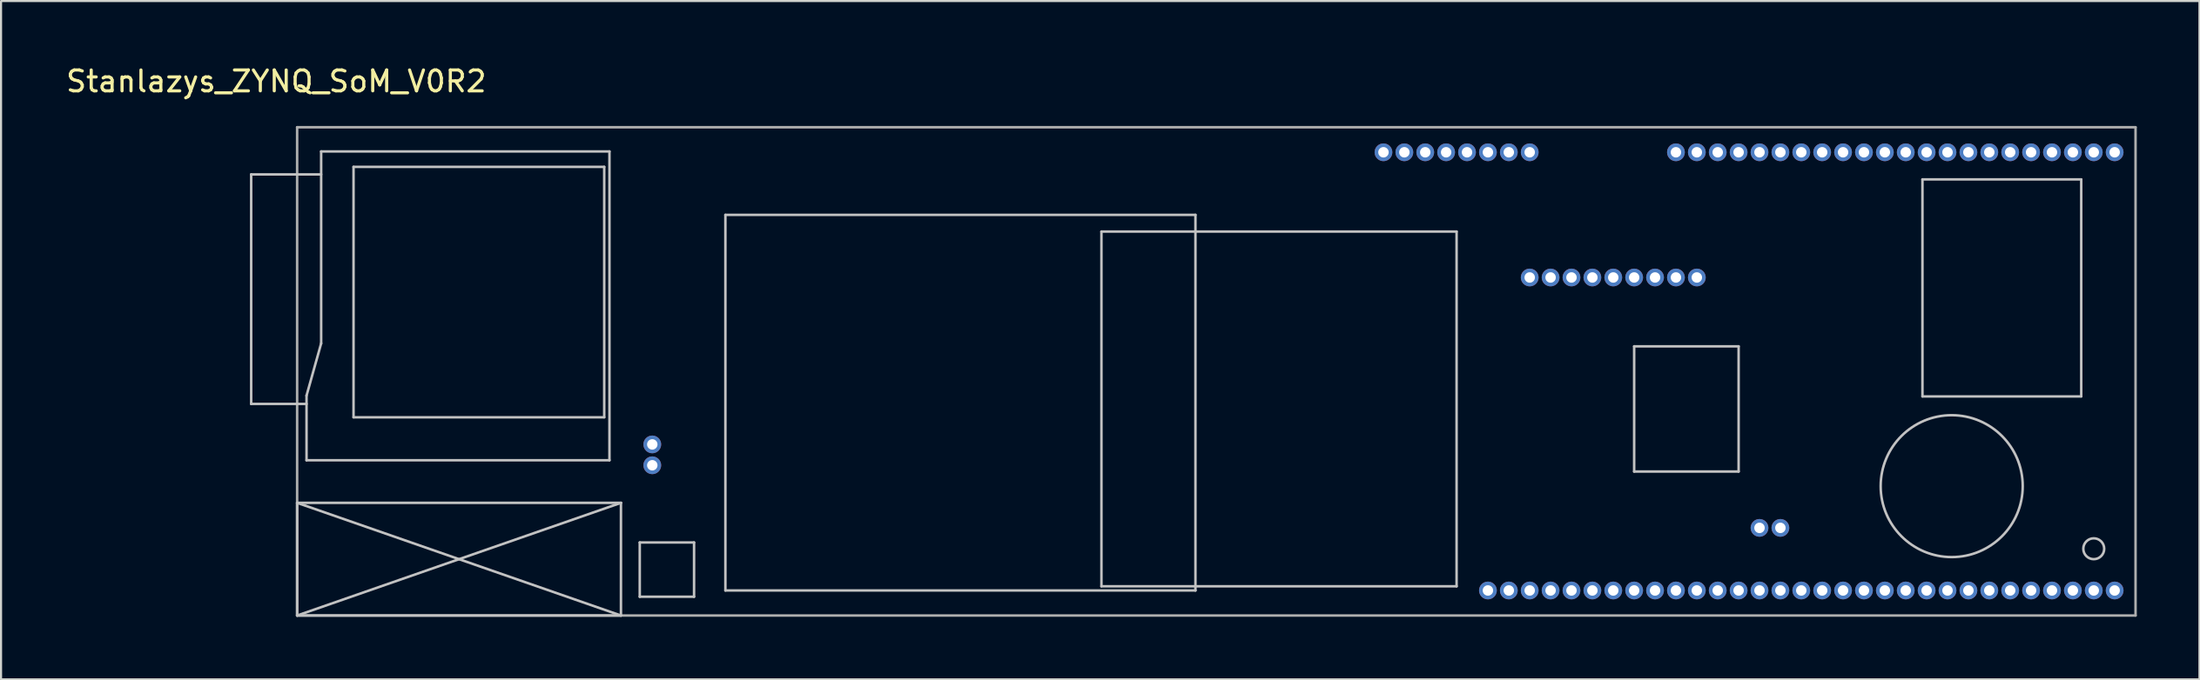
<source format=kicad_pcb>
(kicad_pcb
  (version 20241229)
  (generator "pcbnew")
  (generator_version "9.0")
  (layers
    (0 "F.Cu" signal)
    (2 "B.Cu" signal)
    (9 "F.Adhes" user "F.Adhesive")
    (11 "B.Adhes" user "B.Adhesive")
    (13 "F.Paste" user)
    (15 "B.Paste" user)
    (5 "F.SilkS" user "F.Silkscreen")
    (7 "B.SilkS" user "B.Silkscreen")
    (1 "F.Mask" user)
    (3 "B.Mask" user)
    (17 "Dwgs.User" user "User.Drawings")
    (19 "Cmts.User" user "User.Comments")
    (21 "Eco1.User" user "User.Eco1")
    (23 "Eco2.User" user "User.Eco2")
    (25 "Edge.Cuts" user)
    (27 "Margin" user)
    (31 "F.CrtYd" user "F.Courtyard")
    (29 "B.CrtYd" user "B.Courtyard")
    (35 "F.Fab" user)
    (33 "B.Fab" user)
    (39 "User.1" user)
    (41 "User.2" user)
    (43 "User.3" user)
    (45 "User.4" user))
  (footprint "Stanlazys_ZYNQ_SoM_V0R2"
    (layer "F.Cu")
    (at 11.173 3.248)
    (property "Reference" "Stanlazys_ZYNQ_SoM_V0R2" (at -1 -2.4 0) (layer "F.SilkS") (effects (font (size 1 1) (thickness 0.15))))
    (attr through_hole exclude_from_pos_files)
    (fp_line (start -2.2 2.06) (end -2.2 13.06) (stroke (width 0.12) (type solid)) (layer "Dwgs.User"))
    (fp_line (start -2.2 13.06) (end 0.45 13.06) (stroke (width 0.12) (type solid)) (layer "Dwgs.User"))
    (fp_line (start 0 17.8) (end 0 23.2) (stroke (width 0.12) (type solid)) (layer "Dwgs.User"))
    (fp_line (start 0 17.8) (end 15.5 17.8) (stroke (width 0.12) (type solid)) (layer "Dwgs.User"))
    (fp_line (start 0 23.2) (end 15.5 17.8) (stroke (width 0.12) (type solid)) (layer "Dwgs.User"))
    (fp_line (start 0 23.2) (end 15.5 23.2) (stroke (width 0.12) (type solid)) (layer "Dwgs.User"))
    (fp_line (start 0.45 15.76) (end 0.45 12.66) (stroke (width 0.12) (type solid)) (layer "Dwgs.User"))
    (fp_line (start 1.15 0.96) (end 1.15 10.16) (stroke (width 0.12) (type solid)) (layer "Dwgs.User"))
    (fp_line (start 1.15 2.06) (end -2.2 2.06) (stroke (width 0.12) (type solid)) (layer "Dwgs.User"))
    (fp_line (start 1.15 10.16) (end 0.45 12.66) (stroke (width 0.12) (type solid)) (layer "Dwgs.User"))
    (fp_line (start 2.7 1.7) (end 14.7 1.7) (stroke (width 0.12) (type solid)) (layer "Dwgs.User"))
    (fp_line (start 2.7 13.7) (end 2.7 1.7) (stroke (width 0.12) (type solid)) (layer "Dwgs.User"))
    (fp_line (start 14.7 1.7) (end 14.7 13.7) (stroke (width 0.12) (type solid)) (layer "Dwgs.User"))
    (fp_line (start 14.7 13.7) (end 2.7 13.7) (stroke (width 0.12) (type solid)) (layer "Dwgs.User"))
    (fp_line (start 14.95 0.96) (end 1.15 0.96) (stroke (width 0.12) (type solid)) (layer "Dwgs.User"))
    (fp_line (start 14.95 0.96) (end 14.95 15.76) (stroke (width 0.12) (type solid)) (layer "Dwgs.User"))
    (fp_line (start 14.95 15.76) (end 0.45 15.76) (stroke (width 0.12) (type solid)) (layer "Dwgs.User"))
    (fp_line (start 15.5 17.8) (end 15.5 23.2) (stroke (width 0.12) (type solid)) (layer "Dwgs.User"))
    (fp_line (start 15.5 23.2) (end 0 17.8) (stroke (width 0.12) (type solid)) (layer "Dwgs.User"))
    (fp_line (start 16.4 22.3) (end 16.4 19.7) (stroke (width 0.12) (type solid)) (layer "Dwgs.User"))
    (fp_line (start 16.4 22.3) (end 19 22.3) (stroke (width 0.12) (type solid)) (layer "Dwgs.User"))
    (fp_line (start 19 19.7) (end 16.4 19.7) (stroke (width 0.12) (type solid)) (layer "Dwgs.User"))
    (fp_line (start 19 19.7) (end 19 22.3) (stroke (width 0.12) (type solid)) (layer "Dwgs.User"))
    (fp_line (start 20.5 22) (end 20.5 4) (stroke (width 0.12) (type solid)) (layer "Dwgs.User"))
    (fp_line (start 38.5 4.8) (end 55.5 4.8) (stroke (width 0.12) (type solid)) (layer "Dwgs.User"))
    (fp_line (start 38.5 21.8) (end 38.5 4.8) (stroke (width 0.12) (type solid)) (layer "Dwgs.User"))
    (fp_line (start 43 4) (end 20.5 4) (stroke (width 0.12) (type solid)) (layer "Dwgs.User"))
    (fp_line (start 43 22) (end 20.5 22) (stroke (width 0.12) (type solid)) (layer "Dwgs.User"))
    (fp_line (start 43 22) (end 43 4) (stroke (width 0.12) (type solid)) (layer "Dwgs.User"))
    (fp_line (start 55.5 4.8) (end 55.5 21.8) (stroke (width 0.12) (type solid)) (layer "Dwgs.User"))
    (fp_line (start 55.5 21.8) (end 38.5 21.8) (stroke (width 0.12) (type solid)) (layer "Dwgs.User"))
    (fp_line (start 64 10.3) (end 69 10.3) (stroke (width 0.12) (type solid)) (layer "Dwgs.User"))
    (fp_line (start 64 16.3) (end 64 10.3) (stroke (width 0.12) (type solid)) (layer "Dwgs.User"))
    (fp_line (start 69 10.3) (end 69 16.3) (stroke (width 0.12) (type solid)) (layer "Dwgs.User"))
    (fp_line (start 69 16.3) (end 64 16.3) (stroke (width 0.12) (type solid)) (layer "Dwgs.User"))
    (fp_line (start 77.8 2.3) (end 77.8 12.7) (stroke (width 0.12) (type solid)) (layer "Dwgs.User"))
    (fp_line (start 77.8 2.3) (end 85.4 2.3) (stroke (width 0.12) (type solid)) (layer "Dwgs.User"))
    (fp_line (start 77.8 12.7) (end 85.4 12.7) (stroke (width 0.12) (type solid)) (layer "Dwgs.User"))
    (fp_line (start 85.4 2.3) (end 85.4 12.7) (stroke (width 0.12) (type solid)) (layer "Dwgs.User"))
    (fp_circle (center 79.2 17) (end 82.6 17) (stroke (width 0.12) (type solid)) (fill no) (layer "Dwgs.User"))
    (fp_circle (center 86 20) (end 86.5 20) (stroke (width 0.12) (type solid)) (fill no) (layer "Dwgs.User"))
    (fp_line (start 0 -0.2) (end 88 -0.2) (stroke (width 0.12) (type solid)) (layer "F.Fab"))
    (fp_line (start 0 23.2) (end 0 -0.2) (stroke (width 0.12) (type solid)) (layer "F.Fab"))
    (fp_line (start 88 -0.2) (end 88 23.2) (stroke (width 0.12) (type solid)) (layer "F.Fab"))
    (fp_line (start 88 23.2) (end 0 23.2) (stroke (width 0.12) (type solid)) (layer "F.Fab"))
    (pad "A1" thru_hole oval (at 52 1) (size 0.85 0.85) (drill 0.5) (layers "*.Cu" "*.Mask"))
    (pad "A2" thru_hole oval (at 53 1) (size 0.85 0.85) (drill 0.5) (layers "*.Cu" "*.Mask"))
    (pad "A3" thru_hole oval (at 54 1) (size 0.85 0.85) (drill 0.5) (layers "*.Cu" "*.Mask"))
    (pad "A4" thru_hole oval (at 55 1) (size 0.85 0.85) (drill 0.5) (layers "*.Cu" "*.Mask"))
    (pad "A5" thru_hole oval (at 56 1) (size 0.85 0.85) (drill 0.5) (layers "*.Cu" "*.Mask"))
    (pad "A6" thru_hole oval (at 57 1) (size 0.85 0.85) (drill 0.5) (layers "*.Cu" "*.Mask"))
    (pad "A7" thru_hole oval (at 58 1) (size 0.85 0.85) (drill 0.5) (layers "*.Cu" "*.Mask"))
    (pad "A8" thru_hole oval (at 59 1) (size 0.85 0.85) (drill 0.5) (layers "*.Cu" "*.Mask"))
    (pad "B1" thru_hole oval (at 66 1) (size 0.85 0.85) (drill 0.5) (layers "*.Cu" "*.Mask"))
    (pad "B2" thru_hole oval (at 67 1) (size 0.85 0.85) (drill 0.5) (layers "*.Cu" "*.Mask"))
    (pad "B3" thru_hole oval (at 68 1) (size 0.85 0.85) (drill 0.5) (layers "*.Cu" "*.Mask"))
    (pad "B4" thru_hole oval (at 69 1) (size 0.85 0.85) (drill 0.5) (layers "*.Cu" "*.Mask"))
    (pad "B5" thru_hole oval (at 70 1) (size 0.85 0.85) (drill 0.5) (layers "*.Cu" "*.Mask"))
    (pad "B6" thru_hole oval (at 71 1) (size 0.85 0.85) (drill 0.5) (layers "*.Cu" "*.Mask"))
    (pad "B7" thru_hole oval (at 72 1) (size 0.85 0.85) (drill 0.5) (layers "*.Cu" "*.Mask"))
    (pad "B8" thru_hole oval (at 73 1) (size 0.85 0.85) (drill 0.5) (layers "*.Cu" "*.Mask"))
    (pad "B9" thru_hole oval (at 74 1) (size 0.85 0.85) (drill 0.5) (layers "*.Cu" "*.Mask"))
    (pad "B10" thru_hole oval (at 75 1) (size 0.85 0.85) (drill 0.5) (layers "*.Cu" "*.Mask"))
    (pad "B11" thru_hole oval (at 76 1) (size 0.85 0.85) (drill 0.5) (layers "*.Cu" "*.Mask"))
    (pad "B12" thru_hole oval (at 77 1) (size 0.85 0.85) (drill 0.5) (layers "*.Cu" "*.Mask"))
    (pad "B13" thru_hole oval (at 78 1) (size 0.85 0.85) (drill 0.5) (layers "*.Cu" "*.Mask"))
    (pad "B14" thru_hole oval (at 79 1) (size 0.85 0.85) (drill 0.5) (layers "*.Cu" "*.Mask"))
    (pad "B15" thru_hole oval (at 80 1) (size 0.85 0.85) (drill 0.5) (layers "*.Cu" "*.Mask"))
    (pad "B16" thru_hole oval (at 81 1) (size 0.85 0.85) (drill 0.5) (layers "*.Cu" "*.Mask"))
    (pad "B17" thru_hole oval (at 82 1) (size 0.85 0.85) (drill 0.5) (layers "*.Cu" "*.Mask"))
    (pad "B18" thru_hole oval (at 83 1) (size 0.85 0.85) (drill 0.5) (layers "*.Cu" "*.Mask"))
    (pad "B19" thru_hole oval (at 84 1) (size 0.85 0.85) (drill 0.5) (layers "*.Cu" "*.Mask"))
    (pad "B20" thru_hole oval (at 85 1) (size 0.85 0.85) (drill 0.5) (layers "*.Cu" "*.Mask"))
    (pad "B21" thru_hole oval (at 86 1) (size 0.85 0.85) (drill 0.5) (layers "*.Cu" "*.Mask"))
    (pad "B22" thru_hole oval (at 87 1) (size 0.85 0.85) (drill 0.5) (layers "*.Cu" "*.Mask"))
    (pad "C1" thru_hole oval (at 59 7) (size 0.85 0.85) (drill 0.5) (layers "*.Cu" "*.Mask"))
    (pad "C2" thru_hole oval (at 60 7) (size 0.85 0.85) (drill 0.5) (layers "*.Cu" "*.Mask"))
    (pad "C3" thru_hole oval (at 61 7) (size 0.85 0.85) (drill 0.5) (layers "*.Cu" "*.Mask"))
    (pad "C4" thru_hole oval (at 62 7) (size 0.85 0.85) (drill 0.5) (layers "*.Cu" "*.Mask"))
    (pad "C5" thru_hole oval (at 63 7) (size 0.85 0.85) (drill 0.5) (layers "*.Cu" "*.Mask"))
    (pad "C6" thru_hole oval (at 64 7) (size 0.85 0.85) (drill 0.5) (layers "*.Cu" "*.Mask"))
    (pad "C7" thru_hole oval (at 65 7) (size 0.85 0.85) (drill 0.5) (layers "*.Cu" "*.Mask"))
    (pad "C8" thru_hole oval (at 66 7) (size 0.85 0.85) (drill 0.5) (layers "*.Cu" "*.Mask"))
    (pad "C9" thru_hole oval (at 67 7) (size 0.85 0.85) (drill 0.5) (layers "*.Cu" "*.Mask"))
    (pad "D1" thru_hole oval (at 57 22) (size 0.85 0.85) (drill 0.5) (layers "*.Cu" "*.Mask"))
    (pad "D2" thru_hole oval (at 58 22) (size 0.85 0.85) (drill 0.5) (layers "*.Cu" "*.Mask"))
    (pad "D3" thru_hole oval (at 59 22) (size 0.85 0.85) (drill 0.5) (layers "*.Cu" "*.Mask"))
    (pad "D4" thru_hole oval (at 60 22) (size 0.85 0.85) (drill 0.5) (layers "*.Cu" "*.Mask"))
    (pad "D5" thru_hole oval (at 61 22) (size 0.85 0.85) (drill 0.5) (layers "*.Cu" "*.Mask"))
    (pad "D6" thru_hole oval (at 62 22) (size 0.85 0.85) (drill 0.5) (layers "*.Cu" "*.Mask"))
    (pad "D7" thru_hole oval (at 63 22) (size 0.85 0.85) (drill 0.5) (layers "*.Cu" "*.Mask"))
    (pad "D8" thru_hole oval (at 64 22) (size 0.85 0.85) (drill 0.5) (layers "*.Cu" "*.Mask"))
    (pad "D9" thru_hole oval (at 65 22) (size 0.85 0.85) (drill 0.5) (layers "*.Cu" "*.Mask"))
    (pad "D10" thru_hole oval (at 66 22) (size 0.85 0.85) (drill 0.5) (layers "*.Cu" "*.Mask"))
    (pad "D11" thru_hole oval (at 67 22) (size 0.85 0.85) (drill 0.5) (layers "*.Cu" "*.Mask"))
    (pad "D12" thru_hole oval (at 68 22) (size 0.85 0.85) (drill 0.5) (layers "*.Cu" "*.Mask"))
    (pad "D13" thru_hole oval (at 69 22) (size 0.85 0.85) (drill 0.5) (layers "*.Cu" "*.Mask"))
    (pad "D14" thru_hole oval (at 70 22) (size 0.85 0.85) (drill 0.5) (layers "*.Cu" "*.Mask"))
    (pad "D15" thru_hole oval (at 71 22) (size 0.85 0.85) (drill 0.5) (layers "*.Cu" "*.Mask"))
    (pad "D16" thru_hole oval (at 72 22) (size 0.85 0.85) (drill 0.5) (layers "*.Cu" "*.Mask"))
    (pad "D17" thru_hole oval (at 73 22) (size 0.85 0.85) (drill 0.5) (layers "*.Cu" "*.Mask"))
    (pad "D18" thru_hole oval (at 74 22) (size 0.85 0.85) (drill 0.5) (layers "*.Cu" "*.Mask"))
    (pad "D19" thru_hole oval (at 75 22) (size 0.85 0.85) (drill 0.5) (layers "*.Cu" "*.Mask"))
    (pad "D20" thru_hole oval (at 76 22) (size 0.85 0.85) (drill 0.5) (layers "*.Cu" "*.Mask"))
    (pad "D21" thru_hole oval (at 77 22) (size 0.85 0.85) (drill 0.5) (layers "*.Cu" "*.Mask"))
    (pad "D22" thru_hole oval (at 78 22) (size 0.85 0.85) (drill 0.5) (layers "*.Cu" "*.Mask"))
    (pad "D23" thru_hole oval (at 79 22) (size 0.85 0.85) (drill 0.5) (layers "*.Cu" "*.Mask"))
    (pad "D24" thru_hole oval (at 80 22) (size 0.85 0.85) (drill 0.5) (layers "*.Cu" "*.Mask"))
    (pad "D25" thru_hole oval (at 81 22) (size 0.85 0.85) (drill 0.5) (layers "*.Cu" "*.Mask"))
    (pad "D26" thru_hole oval (at 82 22) (size 0.85 0.85) (drill 0.5) (layers "*.Cu" "*.Mask"))
    (pad "D27" thru_hole oval (at 83 22) (size 0.85 0.85) (drill 0.5) (layers "*.Cu" "*.Mask"))
    (pad "D28" thru_hole oval (at 84 22) (size 0.85 0.85) (drill 0.5) (layers "*.Cu" "*.Mask"))
    (pad "D29" thru_hole oval (at 85 22) (size 0.85 0.85) (drill 0.5) (layers "*.Cu" "*.Mask"))
    (pad "D30" thru_hole oval (at 86 22) (size 0.85 0.85) (drill 0.5) (layers "*.Cu" "*.Mask"))
    (pad "D31" thru_hole oval (at 87 22) (size 0.85 0.85) (drill 0.5) (layers "*.Cu" "*.Mask"))
    (pad "E1" thru_hole oval (at 17 15) (size 0.85 0.85) (drill 0.5) (layers "*.Cu" "*.Mask"))
    (pad "E2" thru_hole oval (at 17 16) (size 0.85 0.85) (drill 0.5) (layers "*.Cu" "*.Mask"))
    (pad "F1" thru_hole oval (at 70 19) (size 0.85 0.85) (drill 0.5) (layers "*.Cu" "*.Mask"))
    (pad "F2" thru_hole oval (at 71 19) (size 0.85 0.85) (drill 0.5) (layers "*.Cu" "*.Mask")))
  (gr_rect
    (start -3 -3)
    (end 102.233 29.508)
    (stroke (width 0.1) (type default))
    (fill no)
    (layer "Edge.Cuts")))
</source>
